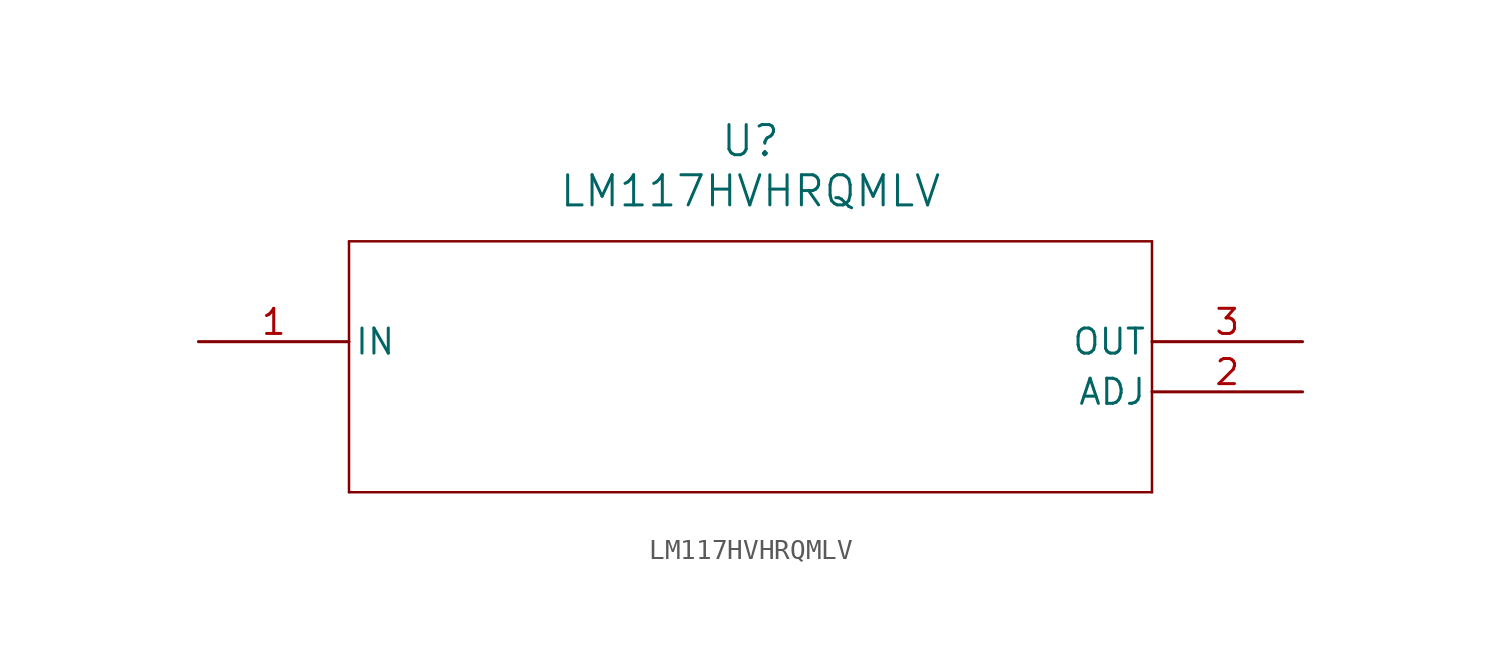
<source format=kicad_sym>
(kicad_symbol_lib
  (version 20211014)
  (generator kicad_symbol_editor)
  (symbol "LM117HVHRQMLV"
    (pin_names
      (offset 0.254))
    (property "Reference" "U"
      (at 27.94 10.16 0)
      (effects (font (size 1.524 1.524))))
    (property "Value" "LM117HVHRQMLV"
      (at 27.94 7.62 0)
      (effects (font (size 1.524 1.524))))
    (symbol "LM117HVHRQMLV_0_1"
      (polyline (pts (xy 7.62 5.08) (xy 7.62 -7.62)) (stroke (width 0.127) (type default) (color 0 0 0 0)) (fill (type none)))
      (polyline (pts (xy 7.62 -7.62) (xy 48.26 -7.62)) (stroke (width 0.127) (type default) (color 0 0 0 0)) (fill (type none)))
      (polyline (pts (xy 48.26 -7.62) (xy 48.26 5.08)) (stroke (width 0.127) (type default) (color 0 0 0 0)) (fill (type none)))
      (polyline (pts (xy 48.26 5.08) (xy 7.62 5.08)) (stroke (width 0.127) (type default) (color 0 0 0 0)) (fill (type none)))
      (pin power_in line (at 0 0 0) (length 7.62) (name "IN" (effects (font (size 1.27 1.27)))) (number "1" (effects (font (size 1.27 1.27)))))
      (pin input line (at 55.88 -2.54 180) (length 7.62) (name "ADJ" (effects (font (size 1.27 1.27)))) (number "2" (effects (font (size 1.27 1.27)))))
      (pin power_in line (at 55.88 0 180) (length 7.62) (name "OUT" (effects (font (size 1.27 1.27)))) (number "3" (effects (font (size 1.27 1.27))))))))
</source>
